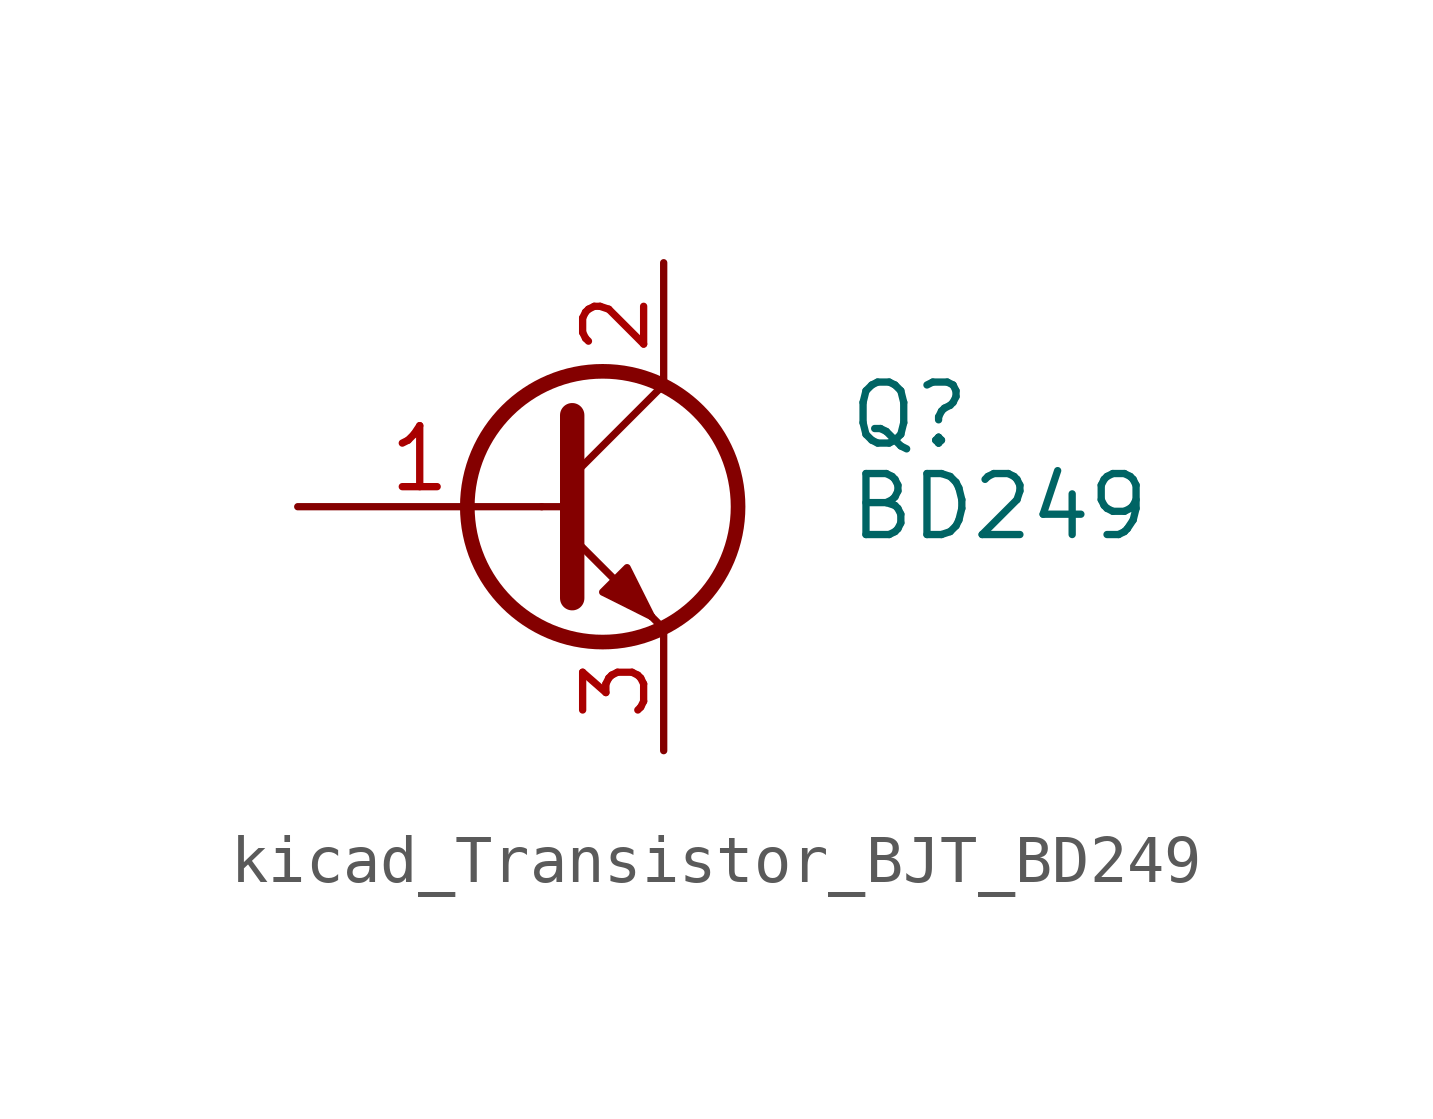
<source format=kicad_sym>
(kicad_symbol_lib
  (version 20220914)
  (generator kicad_symbol_editor)
  (symbol "kicad_Transistor_BJT_BD249"
    (pin_names
      (offset 0) hide)
    (property "Reference" "Q"
      (at 6.35 1.905 0)
      (effects (font (size 1.27 1.27)) (justify left)))
    (property "Value" "BD249"
      (at 6.35 0 0)
      (effects (font (size 1.27 1.27)) (justify left)))
    (symbol "kicad_Transistor_BJT_BD249_0_1"
      (polyline (pts (xy 0 0) (xy 0.635 0)) (stroke (width 0) (type default)) (fill (type none)))
      (polyline (pts (xy 2.54 2.54) (xy 0.635 0.635)) (stroke (width 0) (type default)) (fill (type none)))
      (polyline (pts (xy 0.635 1.905) (xy 0.635 -1.905) (xy 0.635 -1.905)) (stroke (width 0.508) (type default)) (fill (type none)))
      (polyline (pts (xy 2.286 -2.286) (xy 1.778 -1.778) (xy 1.778 -1.778)) (stroke (width 0) (type default)) (fill (type none)))
      (polyline (pts (xy 2.54 -2.54) (xy 0.635 -0.635) (xy 1.27 -1.27)) (stroke (width 0) (type default)) (fill (type outline)))
      (polyline (pts (xy 1.27 -1.778) (xy 1.778 -1.27) (xy 2.286 -2.286) (xy 1.27 -1.778) (xy 1.27 -1.778)) (stroke (width 0) (type default)) (fill (type outline)))
      (circle (center 1.27 0) (radius 2.819) (stroke (width 0.305) (type default)) (fill (type none))))
    (symbol "kicad_Transistor_BJT_BD249_1_1"
      (pin input line (at -5.08 0 0) (length 5.08) (name "B" (effects (font (size 1.27 1.27)))) (number "1" (effects (font (size 1.27 1.27)))))
      (pin passive line (at 2.54 5.08 270) (length 2.54) (name "C" (effects (font (size 1.27 1.27)))) (number "2" (effects (font (size 1.27 1.27)))))
      (pin passive line (at 2.54 -5.08 90) (length 2.54) (name "E" (effects (font (size 1.27 1.27)))) (number "3" (effects (font (size 1.27 1.27))))))))
</source>
